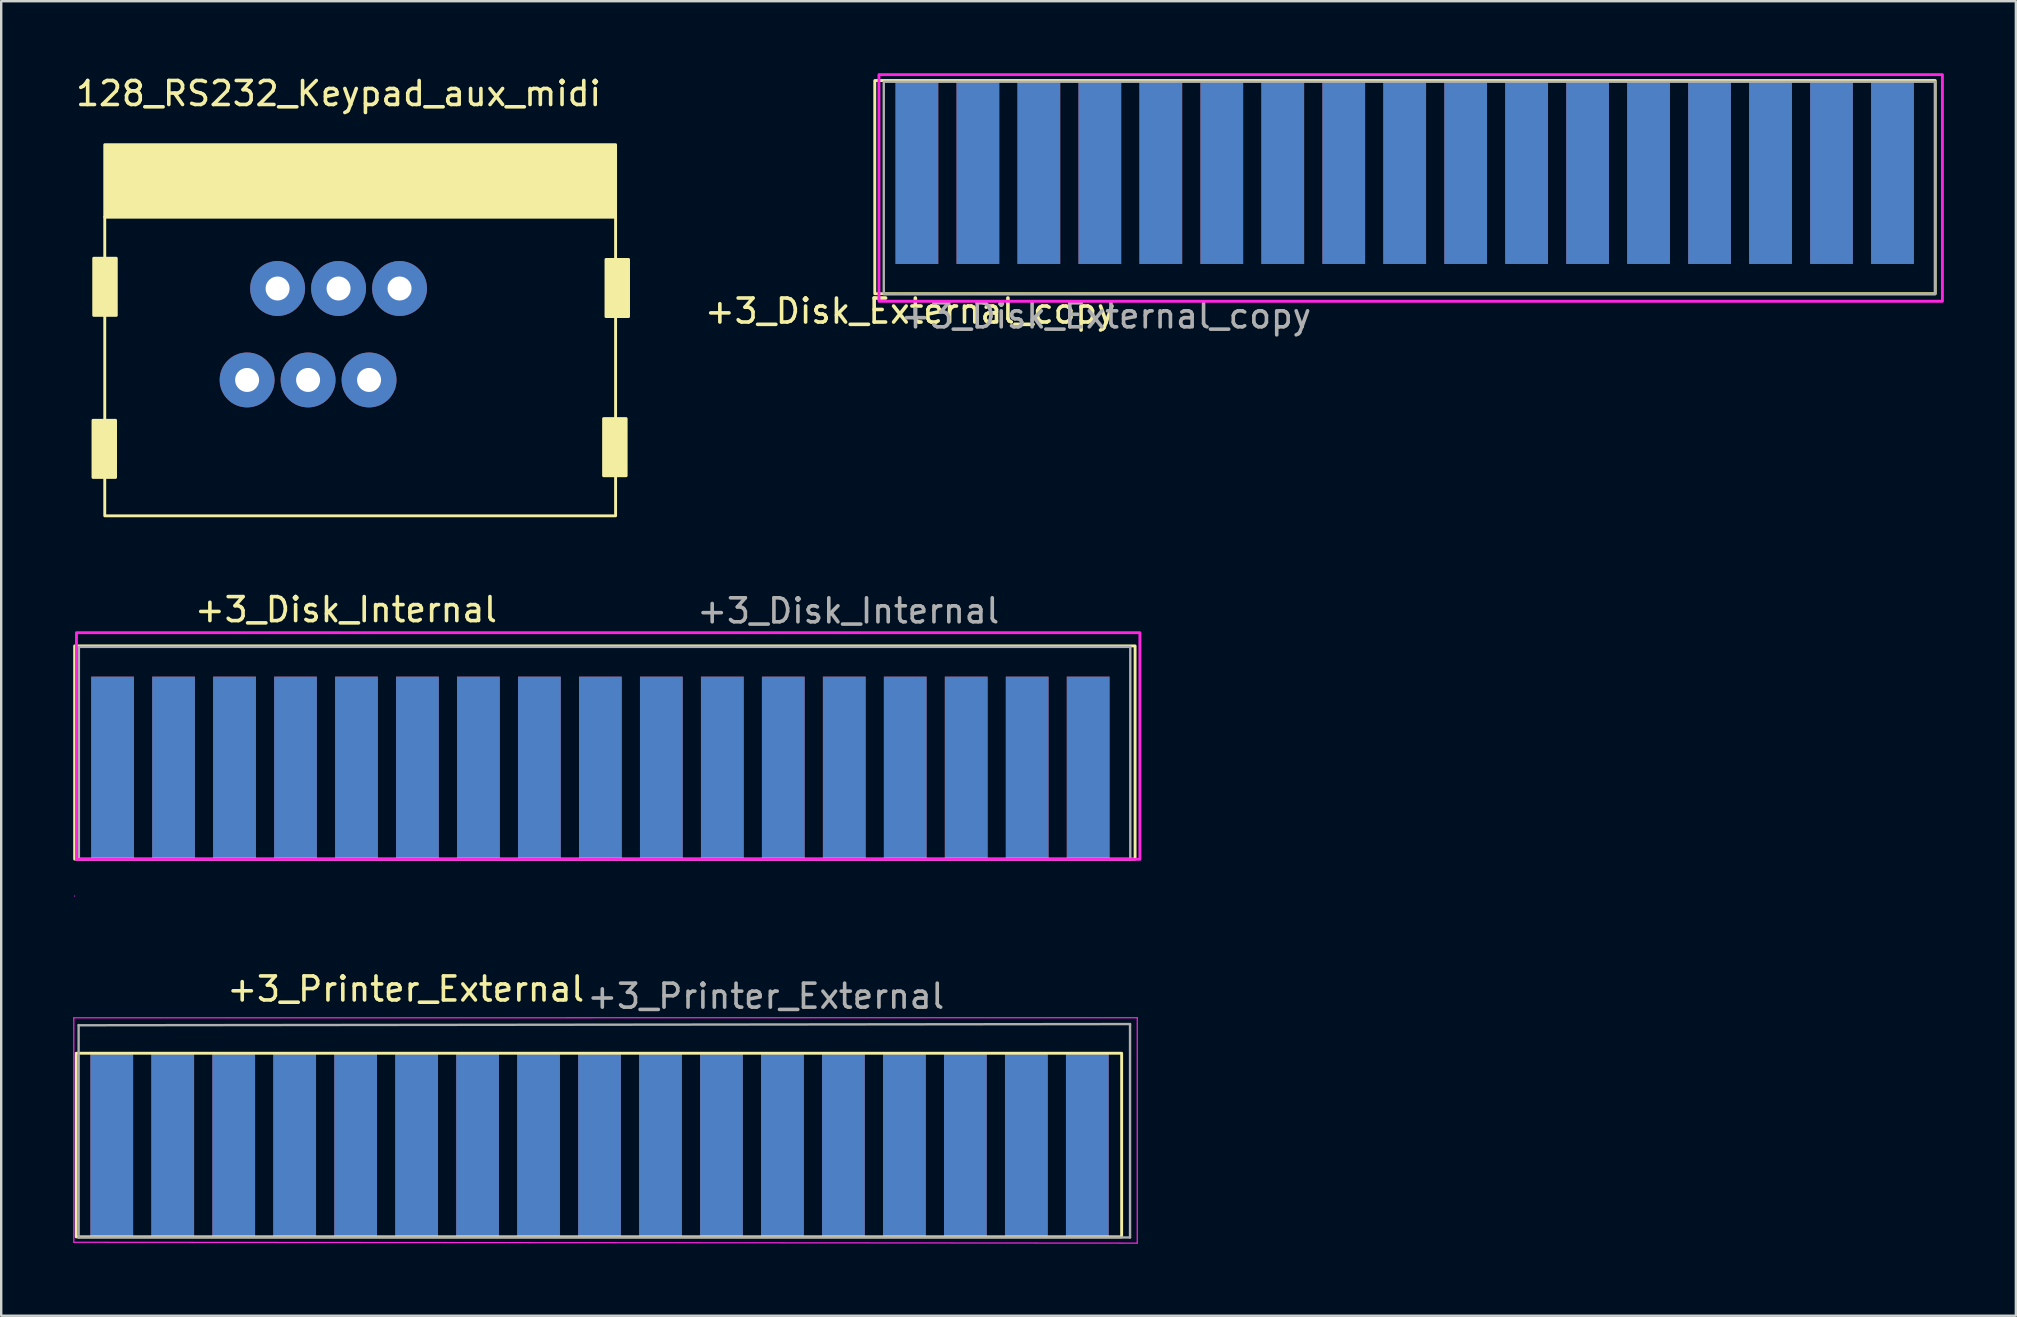
<source format=kicad_pcb>
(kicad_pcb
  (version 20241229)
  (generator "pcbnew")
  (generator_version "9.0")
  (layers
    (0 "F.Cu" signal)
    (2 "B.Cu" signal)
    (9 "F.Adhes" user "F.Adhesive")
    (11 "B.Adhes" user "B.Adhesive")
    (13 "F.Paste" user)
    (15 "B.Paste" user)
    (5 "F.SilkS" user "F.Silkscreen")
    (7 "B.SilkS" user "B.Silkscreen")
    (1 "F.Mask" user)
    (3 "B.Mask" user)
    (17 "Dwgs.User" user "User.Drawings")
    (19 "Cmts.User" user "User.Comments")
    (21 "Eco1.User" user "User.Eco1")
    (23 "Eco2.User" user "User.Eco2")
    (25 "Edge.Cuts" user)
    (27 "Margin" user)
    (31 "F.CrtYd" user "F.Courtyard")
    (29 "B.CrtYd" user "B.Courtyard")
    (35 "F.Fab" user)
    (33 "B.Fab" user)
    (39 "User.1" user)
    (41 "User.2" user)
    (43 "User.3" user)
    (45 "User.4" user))
  (footprint "+3_Printer_External"
    (layer "F.Cu")
    (at 21.65 44.425)
    (property "Reference" "+3_Printer_External" (at -7.8 -6.275 0) (layer "F.SilkS") (effects (font (size 1 1) (thickness 0.15))))
    (attr exclude_from_pos_files exclude_from_bom)
    (fp_rect (start 22.025 4.05) (end -21.525 -3.6) (stroke (width 0.12) (type solid)) (fill no) (layer "F.SilkS"))
    (fp_line (start -21.625 -5.075) (end 22.675 -5.08) (stroke (width 0.05) (type solid)) (layer "F.CrtYd"))
    (fp_line (start -21.625 4.275) (end -21.625 -5.075) (stroke (width 0.05) (type solid)) (layer "F.CrtYd"))
    (fp_line (start 22.675 4.31) (end -21.625 4.275) (stroke (width 0.05) (type solid)) (layer "F.CrtYd"))
    (fp_line (start 22.675 4.31) (end 22.675 -5.08) (stroke (width 0.05) (type solid)) (layer "F.CrtYd"))
    (fp_line (start -21.425 -4.775) (end -21.425 4.075) (stroke (width 0.1) (type solid)) (layer "F.Fab"))
    (fp_line (start -21.425 -4.765) (end 22.375 -4.815) (stroke (width 0.1) (type solid)) (layer "F.Fab"))
    (fp_line (start 22.375 -4.815) (end 22.375 4.075) (stroke (width 0.1) (type solid)) (layer "F.Fab"))
    (fp_line (start 22.375 4.075) (end -21.425 4.075) (stroke (width 0.1) (type solid)) (layer "F.Fab"))
    (fp_text user "${REFERENCE}" (at 7.2 -5.975 0) (layer "F.Fab") (effects (font (size 1 1) (thickness 0.15))))
    (pad "1" connect rect (at -20.045 0.25) (size 1.78 7.62) (layers "F.Cu" "F.Mask"))
    (pad "2" connect rect (at -17.505 0.25) (size 1.78 7.62) (layers "F.Cu" "F.Mask"))
    (pad "3" connect rect (at -14.965 0.25) (size 1.78 7.62) (layers "F.Cu" "F.Mask"))
    (pad "4" connect rect (at -12.425 0.25) (size 1.78 7.62) (layers "F.Cu" "F.Mask"))
    (pad "5" connect rect (at -9.885 0.25) (size 1.78 7.62) (layers "F.Cu" "F.Mask"))
    (pad "6" connect rect (at -7.345 0.25) (size 1.78 7.62) (layers "F.Cu" "F.Mask"))
    (pad "7" connect rect (at -4.805 0.25) (size 1.78 7.62) (layers "F.Cu" "F.Mask"))
    (pad "8" connect rect (at -2.265 0.25) (size 1.78 7.62) (layers "F.Cu" "F.Mask"))
    (pad "9" connect rect (at 0.275 0.25) (size 1.78 7.62) (layers "F.Cu" "F.Mask"))
    (pad "10" connect rect (at 2.815 0.25) (size 1.78 7.62) (layers "F.Cu" "F.Mask"))
    (pad "11" connect rect (at 5.355 0.25) (size 1.78 7.62) (layers "F.Cu" "F.Mask"))
    (pad "12" connect rect (at 7.895 0.25) (size 1.78 7.62) (layers "F.Cu" "F.Mask"))
    (pad "13" connect rect (at 10.435 0.25) (size 1.78 7.62) (layers "F.Cu" "F.Mask"))
    (pad "14" connect rect (at 12.975 0.25) (size 1.78 7.62) (layers "F.Cu" "F.Mask"))
    (pad "15" connect rect (at 15.515 0.25) (size 1.78 7.62) (layers "F.Cu" "F.Mask"))
    (pad "16" connect rect (at 18.055 0.25 180) (size 1.78 7.62) (layers "F.Cu" "F.Mask"))
    (pad "17" connect rect (at 20.595 0.25) (size 1.78 7.62) (layers "F.Cu" "F.Mask"))
    (pad "19" connect rect (at -20.045 0.25) (size 1.78 7.62) (layers "B.Cu" "B.Mask"))
    (pad "20" connect rect (at -17.505 0.25) (size 1.78 7.62) (layers "B.Cu" "B.Mask"))
    (pad "21" connect rect (at -14.965 0.25) (size 1.78 7.62) (layers "B.Cu" "B.Mask"))
    (pad "22" connect rect (at -12.425 0.25) (size 1.78 7.62) (layers "B.Cu" "B.Mask"))
    (pad "23" connect rect (at -9.885 0.25) (size 1.78 7.62) (layers "B.Cu" "B.Mask"))
    (pad "24" connect rect (at -7.345 0.25) (size 1.78 7.62) (layers "B.Cu" "B.Mask"))
    (pad "25" connect rect (at -4.805 0.25) (size 1.78 7.62) (layers "B.Cu" "B.Mask"))
    (pad "26" connect rect (at -2.265 0.25) (size 1.78 7.62) (layers "B.Cu" "B.Mask"))
    (pad "27" connect rect (at 0.275 0.25) (size 1.78 7.62) (layers "B.Cu" "B.Mask"))
    (pad "28" connect rect (at 2.815 0.25) (size 1.78 7.62) (layers "B.Cu" "B.Mask"))
    (pad "29" connect rect (at 5.355 0.25) (size 1.78 7.62) (layers "B.Cu" "B.Mask"))
    (pad "30" connect rect (at 7.895 0.25) (size 1.78 7.62) (layers "B.Cu" "B.Mask"))
    (pad "31" connect rect (at 10.435 0.25) (size 1.78 7.62) (layers "B.Cu" "B.Mask"))
    (pad "32" connect rect (at 12.975 0.25) (size 1.78 7.62) (layers "B.Cu" "B.Mask"))
    (pad "33" connect rect (at 15.515 0.25) (size 1.78 7.62) (layers "B.Cu" "B.Mask"))
    (pad "34" connect rect (at 18.055 0.25) (size 1.78 7.62) (layers "B.Cu" "B.Mask"))
    (pad "35" connect rect (at 20.595 0.25) (size 1.78 7.62) (layers "B.Cu" "B.Mask")))
  (footprint "+3_Disk_External_copy"
    (layer "F.Cu")
    (at 55.191 3.885)
    (property "Reference" "+3_Disk_External_copy" (at -20.325 6.025 0) (layer "F.SilkS") (effects (font (size 1 1) (thickness 0.15))))
    (attr exclude_from_pos_files exclude_from_bom)
    (fp_rect (start 22.375 -3.58) (end -21.8 5.3) (stroke (width 0.12) (type solid)) (fill no) (layer "F.SilkS"))
    (fp_line (start -21.625 5.58) (end -21.625 5.58) (stroke (width 0.05) (type solid)) (layer "F.CrtYd"))
    (fp_rect (start -21.625 -3.825) (end 22.675 5.615) (stroke (width 0.12) (type solid)) (fill no) (layer "F.CrtYd"))
    (fp_rect (start -21.425 -3.53) (end 22.375 5.32) (stroke (width 0.1) (type solid)) (fill no) (layer "F.Fab"))
    (fp_text user "${REFERENCE}" (at -12.175 6.225 0) (layer "F.Fab") (effects (font (size 1 1) (thickness 0.15))))
    (pad "1" connect rect (at -20.045 0.25) (size 1.78 7.62) (layers "B.Cu" "B.Mask"))
    (pad "2" connect rect (at -20.045 0.25) (size 1.78 7.62) (layers "F.Cu" "F.Mask"))
    (pad "3" connect rect (at -17.505 0.25) (size 1.78 7.62) (layers "B.Cu" "B.Mask"))
    (pad "4" connect rect (at -17.505 0.25) (size 1.78 7.62) (layers "F.Cu" "F.Mask"))
    (pad "5" connect rect (at -14.965 0.25) (size 1.78 7.62) (layers "B.Cu" "B.Mask"))
    (pad "6" connect rect (at -14.965 0.25) (size 1.78 7.62) (layers "F.Cu" "F.Mask"))
    (pad "7" connect rect (at -12.425 0.25) (size 1.78 7.62) (layers "B.Cu" "B.Mask"))
    (pad "8" connect rect (at -12.425 0.25) (size 1.78 7.62) (layers "F.Cu" "F.Mask"))
    (pad "9" connect rect (at -9.885 0.25) (size 1.78 7.62) (layers "B.Cu" "B.Mask"))
    (pad "10" connect rect (at -9.885 0.25) (size 1.78 7.62) (layers "F.Cu" "F.Mask"))
    (pad "11" connect rect (at -7.345 0.25) (size 1.78 7.62) (layers "B.Cu" "B.Mask"))
    (pad "12" connect rect (at -7.345 0.25) (size 1.78 7.62) (layers "F.Cu" "F.Mask"))
    (pad "13" connect rect (at -4.805 0.25) (size 1.78 7.62) (layers "B.Cu" "B.Mask"))
    (pad "14" connect rect (at -4.805 0.25) (size 1.78 7.62) (layers "F.Cu" "F.Mask"))
    (pad "15" connect rect (at -2.265 0.25) (size 1.78 7.62) (layers "B.Cu" "B.Mask"))
    (pad "16" connect rect (at -2.265 0.25) (size 1.78 7.62) (layers "F.Cu" "F.Mask"))
    (pad "17" connect rect (at 0.275 0.25) (size 1.78 7.62) (layers "B.Cu" "B.Mask"))
    (pad "18" connect rect (at 0.275 0.25) (size 1.78 7.62) (layers "F.Cu" "F.Mask"))
    (pad "19" connect rect (at 2.815 0.25) (size 1.78 7.62) (layers "B.Cu" "B.Mask"))
    (pad "20" connect rect (at 2.815 0.25) (size 1.78 7.62) (layers "F.Cu" "F.Mask"))
    (pad "21" connect rect (at 5.355 0.25) (size 1.78 7.62) (layers "B.Cu" "B.Mask"))
    (pad "22" connect rect (at 5.355 0.25) (size 1.78 7.62) (layers "F.Cu" "F.Mask"))
    (pad "23" connect rect (at 7.895 0.25) (size 1.78 7.62) (layers "B.Cu" "B.Mask"))
    (pad "24" connect rect (at 7.895 0.25) (size 1.78 7.62) (layers "F.Cu" "F.Mask"))
    (pad "25" connect rect (at 10.435 0.25) (size 1.78 7.62) (layers "B.Cu" "B.Mask"))
    (pad "26" connect rect (at 10.435 0.25) (size 1.78 7.62) (layers "F.Cu" "F.Mask"))
    (pad "27" connect rect (at 12.975 0.25) (size 1.78 7.62) (layers "B.Cu" "B.Mask"))
    (pad "28" connect rect (at 12.975 0.25) (size 1.78 7.62) (layers "F.Cu" "F.Mask"))
    (pad "29" connect rect (at 15.515 0.25) (size 1.78 7.62) (layers "B.Cu" "B.Mask"))
    (pad "30" connect rect (at 15.515 0.25) (size 1.78 7.62) (layers "F.Cu" "F.Mask"))
    (pad "31" connect rect (at 18.055 0.25) (size 1.78 7.62) (layers "B.Cu" "B.Mask"))
    (pad "32" connect rect (at 18.055 0.25 180) (size 1.78 7.62) (layers "F.Cu" "F.Mask"))
    (pad "33" connect rect (at 20.595 0.25) (size 1.78 7.62) (layers "B.Cu" "B.Mask"))
    (pad "34" connect rect (at 20.595 0.25) (size 1.78 7.62) (layers "F.Cu" "F.Mask")))
  (footprint "+3_Disk_Internal"
    (layer "F.Cu")
    (at 21.685 28.697)
    (property "Reference" "+3_Disk_Internal" (at -10.325 -6.35 0) (layer "F.SilkS") (effects (font (size 1 1) (thickness 0.15))))
    (attr exclude_from_pos_files exclude_from_bom)
    (fp_rect (start 22.55 -4.84) (end -21.625 4.04) (stroke (width 0.12) (type solid)) (fill no) (layer "F.SilkS"))
    (fp_line (start -21.625 5.58) (end -21.625 5.58) (stroke (width 0.05) (type solid)) (layer "F.CrtYd"))
    (fp_rect (start -21.55 -5.39) (end 22.75 4.05) (stroke (width 0.12) (type solid)) (fill no) (layer "F.CrtYd"))
    (fp_rect (start -21.45 -4.8) (end 22.35 4.05) (stroke (width 0.1) (type solid)) (fill no) (layer "F.Fab"))
    (fp_text user "${REFERENCE}" (at 10.6 -6.3 0) (layer "F.Fab") (effects (font (size 1 1) (thickness 0.15))))
    (pad "1" connect rect (at -20.045 0.25) (size 1.78 7.62) (layers "B.Cu" "B.Mask"))
    (pad "2" connect rect (at -20.045 0.25) (size 1.78 7.62) (layers "F.Cu" "F.Mask"))
    (pad "3" connect rect (at -17.505 0.25) (size 1.78 7.62) (layers "B.Cu" "B.Mask"))
    (pad "4" connect rect (at -17.505 0.25) (size 1.78 7.62) (layers "F.Cu" "F.Mask"))
    (pad "5" connect rect (at -14.965 0.25) (size 1.78 7.62) (layers "B.Cu" "B.Mask"))
    (pad "6" connect rect (at -14.965 0.25) (size 1.78 7.62) (layers "F.Cu" "F.Mask"))
    (pad "7" connect rect (at -12.425 0.25) (size 1.78 7.62) (layers "B.Cu" "B.Mask"))
    (pad "8" connect rect (at -12.425 0.25) (size 1.78 7.62) (layers "F.Cu" "F.Mask"))
    (pad "9" connect rect (at -9.885 0.25) (size 1.78 7.62) (layers "B.Cu" "B.Mask"))
    (pad "10" connect rect (at -9.885 0.25) (size 1.78 7.62) (layers "F.Cu" "F.Mask"))
    (pad "11" connect rect (at -7.345 0.25) (size 1.78 7.62) (layers "B.Cu" "B.Mask"))
    (pad "12" connect rect (at -7.345 0.25) (size 1.78 7.62) (layers "F.Cu" "F.Mask"))
    (pad "13" connect rect (at -4.805 0.25) (size 1.78 7.62) (layers "B.Cu" "B.Mask"))
    (pad "14" connect rect (at -4.805 0.25) (size 1.78 7.62) (layers "F.Cu" "F.Mask"))
    (pad "15" connect rect (at -2.265 0.25) (size 1.78 7.62) (layers "B.Cu" "B.Mask"))
    (pad "16" connect rect (at -2.265 0.25) (size 1.78 7.62) (layers "F.Cu" "F.Mask"))
    (pad "17" connect rect (at 0.275 0.25) (size 1.78 7.62) (layers "B.Cu" "B.Mask"))
    (pad "18" connect rect (at 0.275 0.25) (size 1.78 7.62) (layers "F.Cu" "F.Mask"))
    (pad "19" connect rect (at 2.815 0.25) (size 1.78 7.62) (layers "B.Cu" "B.Mask"))
    (pad "20" connect rect (at 2.815 0.25) (size 1.78 7.62) (layers "F.Cu" "F.Mask"))
    (pad "21" connect rect (at 5.355 0.25) (size 1.78 7.62) (layers "B.Cu" "B.Mask"))
    (pad "22" connect rect (at 5.355 0.25) (size 1.78 7.62) (layers "F.Cu" "F.Mask"))
    (pad "23" connect rect (at 7.895 0.25) (size 1.78 7.62) (layers "B.Cu" "B.Mask"))
    (pad "24" connect rect (at 7.895 0.25) (size 1.78 7.62) (layers "F.Cu" "F.Mask"))
    (pad "25" connect rect (at 10.435 0.25) (size 1.78 7.62) (layers "B.Cu" "B.Mask"))
    (pad "26" connect rect (at 10.435 0.25) (size 1.78 7.62) (layers "F.Cu" "F.Mask"))
    (pad "27" connect rect (at 12.975 0.25) (size 1.78 7.62) (layers "B.Cu" "B.Mask"))
    (pad "28" connect rect (at 12.975 0.25) (size 1.78 7.62) (layers "F.Cu" "F.Mask"))
    (pad "29" connect rect (at 15.515 0.25) (size 1.78 7.62) (layers "B.Cu" "B.Mask"))
    (pad "30" connect rect (at 15.515 0.25) (size 1.78 7.62) (layers "F.Cu" "F.Mask"))
    (pad "31" connect rect (at 18.055 0.25) (size 1.78 7.62) (layers "B.Cu" "B.Mask"))
    (pad "32" connect rect (at 18.055 0.25 180) (size 1.78 7.62) (layers "F.Cu" "F.Mask"))
    (pad "33" connect rect (at 20.595 0.25) (size 1.78 7.62) (layers "B.Cu" "B.Mask"))
    (pad "34" connect rect (at 20.595 0.25) (size 1.78 7.62) (layers "F.Cu" "F.Mask")))
  (footprint "128_RS232_Keypad_aux_midi"
    (layer "F.Cu")
    (at 13.584 8.948)
    (property "Reference" "128_RS232_Keypad_aux_midi" (at -2.53 -8.1 0) (unlocked yes) (layer "F.SilkS") (effects (font (size 1 1) (thickness 0.15))))
    (attr through_hole)
    (fp_rect (start -12.76 5.51) (end -11.82 7.89) (stroke (width 0.12) (type solid)) (fill yes) (layer "F.SilkS"))
    (fp_rect (start -12.73 -1.24) (end -11.79 1.14) (stroke (width 0.12) (type solid)) (fill yes) (layer "F.SilkS"))
    (fp_rect (start -12.27 -2.96) (end 9.01 -5.97) (stroke (width 0.12) (type solid)) (fill yes) (layer "F.SilkS"))
    (fp_rect (start -12.27 9.49) (end 9.01 -2.96) (stroke (width 0.12) (type solid)) (fill no) (layer "F.SilkS"))
    (fp_rect (start 8.51 5.44) (end 9.45 7.82) (stroke (width 0.12) (type solid)) (fill yes) (layer "F.SilkS"))
    (fp_rect (start 8.61 -1.19) (end 9.55 1.19) (stroke (width 0.12) (type solid)) (fill yes) (layer "F.SilkS"))
    (pad "1" thru_hole circle (at -6.34 3.83) (size 2.286 2.286) (drill 1) (layers "*.Cu" "*.Mask"))
    (pad "2" thru_hole circle (at -5.07 0.02) (size 2.286 2.286) (drill 1) (layers "*.Cu" "*.Mask"))
    (pad "3" thru_hole circle (at -3.8 3.83) (size 2.286 2.286) (drill 1) (layers "*.Cu" "*.Mask"))
    (pad "4" thru_hole circle (at -2.53 0.02) (size 2.286 2.286) (drill 1) (layers "*.Cu" "*.Mask"))
    (pad "5" thru_hole circle (at -1.26 3.83) (size 2.286 2.286) (drill 1) (layers "*.Cu" "*.Mask"))
    (pad "6" thru_hole circle (at 0.01 0.02) (size 2.286 2.286) (drill 1) (layers "*.Cu" "*.Mask")))
  (gr_rect
    (start -3 -3)
    (end 80.926 51.76)
    (stroke (width 0.1) (type default))
    (fill no)
    (layer "Edge.Cuts")))
</source>
